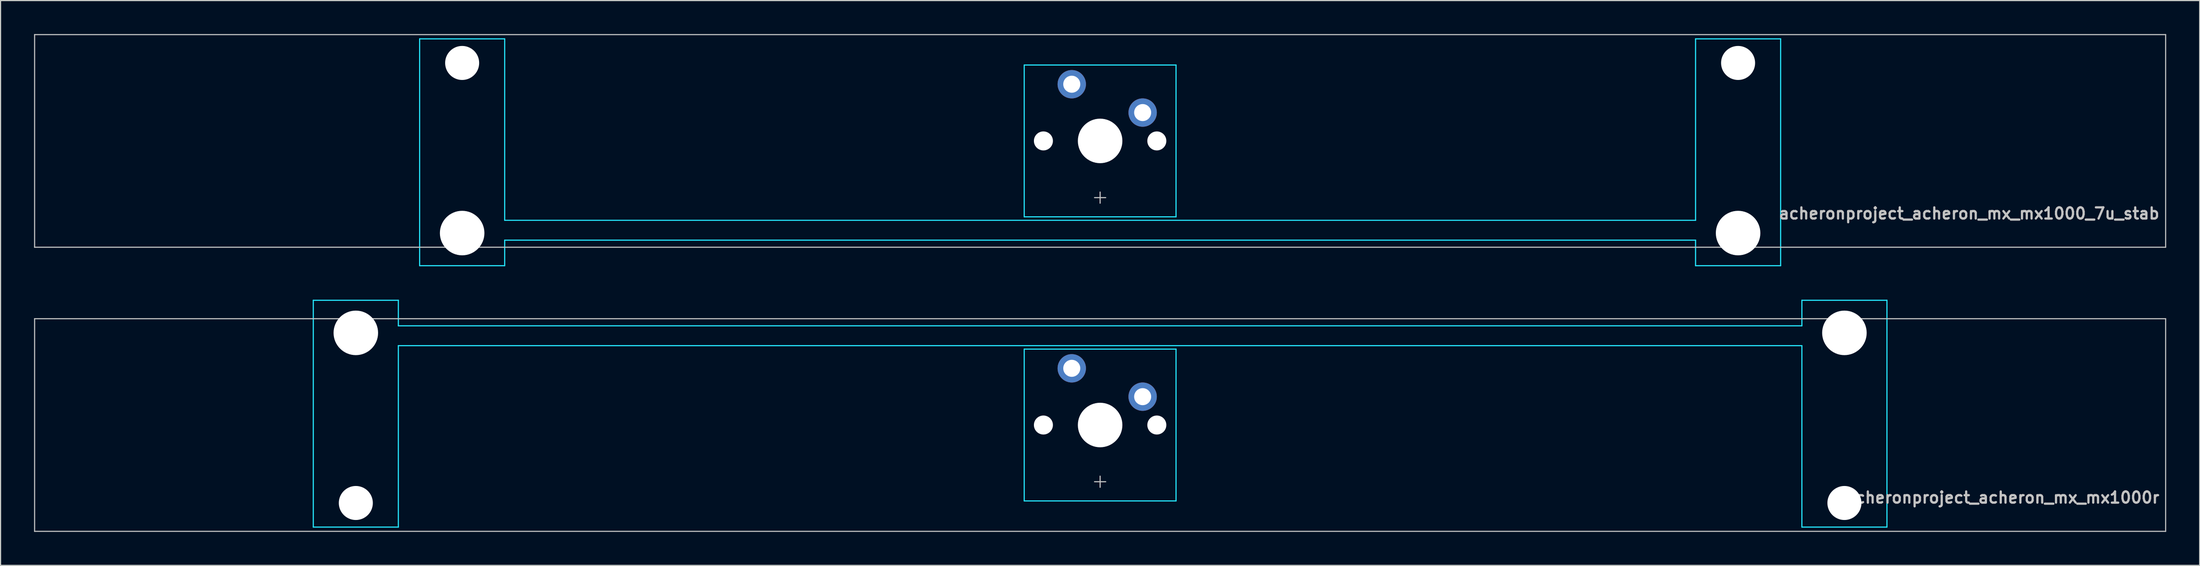
<source format=kicad_pcb>
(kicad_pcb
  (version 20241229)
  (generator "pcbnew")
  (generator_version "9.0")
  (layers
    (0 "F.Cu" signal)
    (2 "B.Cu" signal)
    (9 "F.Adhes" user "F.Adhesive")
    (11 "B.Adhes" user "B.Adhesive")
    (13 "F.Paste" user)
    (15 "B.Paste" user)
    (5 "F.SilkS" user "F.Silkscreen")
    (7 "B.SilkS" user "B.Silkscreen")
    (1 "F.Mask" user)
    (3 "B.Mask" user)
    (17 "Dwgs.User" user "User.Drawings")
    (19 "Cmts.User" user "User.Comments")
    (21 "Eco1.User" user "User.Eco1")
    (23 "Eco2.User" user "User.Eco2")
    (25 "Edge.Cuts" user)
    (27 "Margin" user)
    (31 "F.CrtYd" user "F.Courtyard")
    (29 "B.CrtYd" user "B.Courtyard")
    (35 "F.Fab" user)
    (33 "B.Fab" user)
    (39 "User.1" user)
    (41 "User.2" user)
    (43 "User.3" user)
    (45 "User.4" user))
  (footprint "acheronproject_acheron_mx_mx1000_7u_stab"
    (layer "F.Cu")
    (at 95.5 9.575)
    (property "Reference" "acheronproject_acheron_mx_mx1000_7u_stab" (at 95 6.5 0) (unlocked yes) (layer "Dwgs.User") (effects (font (size 1 1) (thickness 0.2)) (justify right)))
    (attr smd)
    (fp_line (start -95.45 -9.525) (end -95.45 9.525) (stroke (width 0.1) (type solid)) (layer "Dwgs.User"))
    (fp_line (start -95.45 -9.525) (end 95.45 -9.525) (stroke (width 0.1) (type solid)) (layer "Dwgs.User"))
    (fp_line (start -95.45 9.525) (end 95.45 9.525) (stroke (width 0.1) (type solid)) (layer "Dwgs.User"))
    (fp_line (start -0.5 5.08) (end 0.5 5.08) (stroke (width 0.1) (type solid)) (layer "Dwgs.User"))
    (fp_line (start 0 5.58) (end 0 4.58) (stroke (width 0.1) (type solid)) (layer "Dwgs.User"))
    (fp_line (start 95.45 -9.525) (end 95.45 9.525) (stroke (width 0.1) (type solid)) (layer "Dwgs.User"))
    (fp_line (start -60.65 -5.485) (end -60.65 8.515) (stroke (width 0.1) (type solid)) (layer "Eco1.User"))
    (fp_line (start -60.15 -5.985) (end -54.15 -5.985) (stroke (width 0.1) (type solid)) (layer "Eco1.User"))
    (fp_line (start -54.15 9.015) (end -60.15 9.015) (stroke (width 0.1) (type solid)) (layer "Eco1.User"))
    (fp_line (start -53.65 8.515) (end -53.65 -5.485) (stroke (width 0.1) (type solid)) (layer "Eco1.User"))
    (fp_line (start -7 -6.5) (end -7 6.5) (stroke (width 0.1) (type solid)) (layer "Eco1.User"))
    (fp_line (start -6.5 7) (end 6.5 7) (stroke (width 0.1) (type solid)) (layer "Eco1.User"))
    (fp_line (start 6.5 -7) (end -6.5 -7) (stroke (width 0.1) (type solid)) (layer "Eco1.User"))
    (fp_line (start 7 6.5) (end 7 -6.5) (stroke (width 0.1) (type solid)) (layer "Eco1.User"))
    (fp_line (start 53.65 -5.485) (end 53.65 8.515) (stroke (width 0.1) (type solid)) (layer "Eco1.User"))
    (fp_line (start 54.15 -5.985) (end 60.15 -5.985) (stroke (width 0.1) (type solid)) (layer "Eco1.User"))
    (fp_line (start 60.15 9.015) (end 54.15 9.015) (stroke (width 0.1) (type solid)) (layer "Eco1.User"))
    (fp_line (start 60.65 8.515) (end 60.65 -5.485) (stroke (width 0.1) (type solid)) (layer "Eco1.User"))
    (fp_arc (start -60.65 -5.485) (mid -60.503553 -5.838553) (end -60.15 -5.985) (stroke (width 0.1) (type solid)) (layer "Eco1.User"))
    (fp_arc (start -60.15 9.015) (mid -60.503553 8.868553) (end -60.65 8.515) (stroke (width 0.1) (type solid)) (layer "Eco1.User"))
    (fp_arc (start -54.15 -5.985) (mid -53.796447 -5.838553) (end -53.65 -5.485) (stroke (width 0.1) (type solid)) (layer "Eco1.User"))
    (fp_arc (start -53.65 8.515) (mid -53.796447 8.868553) (end -54.15 9.015) (stroke (width 0.1) (type solid)) (layer "Eco1.User"))
    (fp_arc (start -7 -6.5) (mid -6.853553 -6.853553) (end -6.5 -7) (stroke (width 0.1) (type solid)) (layer "Eco1.User"))
    (fp_arc (start -6.5 7) (mid -6.853553 6.853553) (end -7 6.5) (stroke (width 0.1) (type solid)) (layer "Eco1.User"))
    (fp_arc (start 6.5 -7) (mid 6.853553 -6.853553) (end 7 -6.5) (stroke (width 0.1) (type solid)) (layer "Eco1.User"))
    (fp_arc (start 7 6.5) (mid 6.853553 6.853553) (end 6.5 7) (stroke (width 0.1) (type solid)) (layer "Eco1.User"))
    (fp_arc (start 53.65 -5.485) (mid 53.796447 -5.838553) (end 54.15 -5.985) (stroke (width 0.1) (type solid)) (layer "Eco1.User"))
    (fp_arc (start 54.15 9.015) (mid 53.796447 8.868553) (end 53.65 8.515) (stroke (width 0.1) (type solid)) (layer "Eco1.User"))
    (fp_arc (start 60.15 -5.985) (mid 60.503553 -5.838553) (end 60.65 -5.485) (stroke (width 0.1) (type solid)) (layer "Eco1.User"))
    (fp_arc (start 60.65 8.515) (mid 60.503553 8.868553) (end 60.15 9.015) (stroke (width 0.1) (type solid)) (layer "Eco1.User"))
    (fp_line (start -60.96 -9.144) (end -60.96 11.176) (stroke (width 0.1) (type solid)) (layer "B.CrtYd"))
    (fp_line (start -60.96 -9.144) (end -53.34 -9.144) (stroke (width 0.1) (type solid)) (layer "B.CrtYd"))
    (fp_line (start -60.96 11.176) (end -53.34 11.176) (stroke (width 0.1) (type solid)) (layer "B.CrtYd"))
    (fp_line (start -53.34 7.112) (end -53.34 -9.144) (stroke (width 0.1) (type solid)) (layer "B.CrtYd"))
    (fp_line (start -53.34 7.112) (end 53.34 7.112) (stroke (width 0.1) (type solid)) (layer "B.CrtYd"))
    (fp_line (start -53.34 8.89) (end -53.34 11.176) (stroke (width 0.1) (type solid)) (layer "B.CrtYd"))
    (fp_line (start -53.34 8.89) (end 53.34 8.89) (stroke (width 0.1) (type solid)) (layer "B.CrtYd"))
    (fp_line (start -6.8 -6.8) (end -6.8 6.8) (stroke (width 0.1) (type solid)) (layer "B.CrtYd"))
    (fp_line (start -6.8 -6.8) (end 6.8 -6.8) (stroke (width 0.1) (type solid)) (layer "B.CrtYd"))
    (fp_line (start -6.8 6.8) (end 6.8 6.8) (stroke (width 0.1) (type solid)) (layer "B.CrtYd"))
    (fp_line (start 6.8 6.8) (end 6.8 -6.8) (stroke (width 0.1) (type solid)) (layer "B.CrtYd"))
    (fp_line (start 53.34 -9.144) (end 60.96 -9.144) (stroke (width 0.1) (type solid)) (layer "B.CrtYd"))
    (fp_line (start 53.34 7.112) (end 53.34 -9.144) (stroke (width 0.1) (type solid)) (layer "B.CrtYd"))
    (fp_line (start 53.34 8.89) (end 53.34 11.176) (stroke (width 0.1) (type solid)) (layer "B.CrtYd"))
    (fp_line (start 53.34 11.176) (end 60.96 11.176) (stroke (width 0.1) (type solid)) (layer "B.CrtYd"))
    (fp_line (start 60.96 -9.144) (end 60.96 11.176) (stroke (width 0.1) (type solid)) (layer "B.CrtYd"))
    (pad "" np_thru_hole circle (at -57.15 -6.985 180) (size 3.048 3.048) (drill 3.048) (layers "*.Cu" "*.Mask"))
    (pad "" np_thru_hole circle (at -57.15 8.255 180) (size 3.988 3.988) (drill 3.988) (layers "*.Cu" "*.Mask"))
    (pad "" np_thru_hole circle (at -5.08 0) (size 1.702 1.702) (drill 1.702) (layers "*.Cu" "*.Mask"))
    (pad "" np_thru_hole circle (at 0 0) (size 3.988 3.988) (drill 3.988) (layers "*.Cu" "*.Mask"))
    (pad "" np_thru_hole circle (at 5.08 0) (size 1.702 1.702) (drill 1.702) (layers "*.Cu" "*.Mask"))
    (pad "" np_thru_hole circle (at 57.15 -6.985 180) (size 3.048 3.048) (drill 3.048) (layers "*.Cu" "*.Mask"))
    (pad "" np_thru_hole circle (at 57.15 8.255 180) (size 3.988 3.988) (drill 3.988) (layers "*.Cu" "*.Mask"))
    (pad "1" thru_hole circle (at -2.54 -5.08) (size 2.54 2.54) (drill 1.524) (layers "*.Cu" "*.Mask"))
    (pad "2" thru_hole circle (at 3.81 -2.54) (size 2.54 2.54) (drill 1.524) (layers "*.Cu" "*.Mask")))
  (footprint "acheronproject_acheron_mx_mx1000r"
    (layer "F.Cu")
    (at 95.5 35.027)
    (property "Reference" "acheronproject_acheron_mx_mx1000r" (at 95 6.5 0) (unlocked yes) (layer "Dwgs.User") (effects (font (size 1 1) (thickness 0.2)) (justify right)))
    (attr smd)
    (fp_line (start -95.45 -9.525) (end -95.45 9.525) (stroke (width 0.1) (type solid)) (layer "Dwgs.User"))
    (fp_line (start -95.45 -9.525) (end 95.45 -9.525) (stroke (width 0.1) (type solid)) (layer "Dwgs.User"))
    (fp_line (start -95.45 9.525) (end 95.45 9.525) (stroke (width 0.1) (type solid)) (layer "Dwgs.User"))
    (fp_line (start -0.5 5.08) (end 0.5 5.08) (stroke (width 0.1) (type solid)) (layer "Dwgs.User"))
    (fp_line (start 0 5.58) (end 0 4.58) (stroke (width 0.1) (type solid)) (layer "Dwgs.User"))
    (fp_line (start 95.45 -9.525) (end 95.45 9.525) (stroke (width 0.1) (type solid)) (layer "Dwgs.User"))
    (fp_line (start -70.175 -8.515) (end -70.175 5.485) (stroke (width 0.1) (type solid)) (layer "Eco1.User"))
    (fp_line (start -69.675 -9.015) (end -63.675 -9.015) (stroke (width 0.1) (type solid)) (layer "Eco1.User"))
    (fp_line (start -63.675 5.985) (end -69.675 5.985) (stroke (width 0.1) (type solid)) (layer "Eco1.User"))
    (fp_line (start -63.175 5.485) (end -63.175 -8.515) (stroke (width 0.1) (type solid)) (layer "Eco1.User"))
    (fp_line (start -7 -6.5) (end -7 6.5) (stroke (width 0.1) (type solid)) (layer "Eco1.User"))
    (fp_line (start -6.5 7) (end 6.5 7) (stroke (width 0.1) (type solid)) (layer "Eco1.User"))
    (fp_line (start 6.5 -7) (end -6.5 -7) (stroke (width 0.1) (type solid)) (layer "Eco1.User"))
    (fp_line (start 7 6.5) (end 7 -6.5) (stroke (width 0.1) (type solid)) (layer "Eco1.User"))
    (fp_line (start 63.175 -8.515) (end 63.175 5.485) (stroke (width 0.1) (type solid)) (layer "Eco1.User"))
    (fp_line (start 63.675 -9.015) (end 69.675 -9.015) (stroke (width 0.1) (type solid)) (layer "Eco1.User"))
    (fp_line (start 69.675 5.985) (end 63.675 5.985) (stroke (width 0.1) (type solid)) (layer "Eco1.User"))
    (fp_line (start 70.175 5.485) (end 70.175 -8.515) (stroke (width 0.1) (type solid)) (layer "Eco1.User"))
    (fp_arc (start -70.175 -8.515) (mid -70.028553 -8.868553) (end -69.675 -9.015) (stroke (width 0.1) (type solid)) (layer "Eco1.User"))
    (fp_arc (start -69.675 5.985) (mid -70.028553 5.838553) (end -70.175 5.485) (stroke (width 0.1) (type solid)) (layer "Eco1.User"))
    (fp_arc (start -63.675 -9.015) (mid -63.321447 -8.868553) (end -63.175 -8.515) (stroke (width 0.1) (type solid)) (layer "Eco1.User"))
    (fp_arc (start -63.175 5.485) (mid -63.321447 5.838553) (end -63.675 5.985) (stroke (width 0.1) (type solid)) (layer "Eco1.User"))
    (fp_arc (start -7 -6.5) (mid -6.853553 -6.853553) (end -6.5 -7) (stroke (width 0.1) (type solid)) (layer "Eco1.User"))
    (fp_arc (start -6.5 7) (mid -6.853553 6.853553) (end -7 6.5) (stroke (width 0.1) (type solid)) (layer "Eco1.User"))
    (fp_arc (start 6.5 -7) (mid 6.853553 -6.853553) (end 7 -6.5) (stroke (width 0.1) (type solid)) (layer "Eco1.User"))
    (fp_arc (start 7 6.5) (mid 6.853553 6.853553) (end 6.5 7) (stroke (width 0.1) (type solid)) (layer "Eco1.User"))
    (fp_arc (start 63.175 -8.515) (mid 63.321447 -8.868553) (end 63.675 -9.015) (stroke (width 0.1) (type solid)) (layer "Eco1.User"))
    (fp_arc (start 63.675 5.985) (mid 63.321447 5.838553) (end 63.175 5.485) (stroke (width 0.1) (type solid)) (layer "Eco1.User"))
    (fp_arc (start 69.675 -9.015) (mid 70.028553 -8.868553) (end 70.175 -8.515) (stroke (width 0.1) (type solid)) (layer "Eco1.User"))
    (fp_arc (start 70.175 5.485) (mid 70.028553 5.838553) (end 69.675 5.985) (stroke (width 0.1) (type solid)) (layer "Eco1.User"))
    (fp_line (start -70.485 9.144) (end -70.485 -11.176) (stroke (width 0.1) (type solid)) (layer "B.CrtYd"))
    (fp_line (start -62.865 -11.176) (end -70.485 -11.176) (stroke (width 0.1) (type solid)) (layer "B.CrtYd"))
    (fp_line (start -62.865 -8.89) (end -62.865 -11.176) (stroke (width 0.1) (type solid)) (layer "B.CrtYd"))
    (fp_line (start -62.865 -7.112) (end -62.865 9.144) (stroke (width 0.1) (type solid)) (layer "B.CrtYd"))
    (fp_line (start -62.865 9.144) (end -70.485 9.144) (stroke (width 0.1) (type solid)) (layer "B.CrtYd"))
    (fp_line (start -6.8 -6.8) (end -6.8 6.8) (stroke (width 0.1) (type solid)) (layer "B.CrtYd"))
    (fp_line (start -6.8 -6.8) (end 6.8 -6.8) (stroke (width 0.1) (type solid)) (layer "B.CrtYd"))
    (fp_line (start -6.8 6.8) (end 6.8 6.8) (stroke (width 0.1) (type solid)) (layer "B.CrtYd"))
    (fp_line (start 6.8 6.8) (end 6.8 -6.8) (stroke (width 0.1) (type solid)) (layer "B.CrtYd"))
    (fp_line (start 62.865 -8.89) (end -62.865 -8.89) (stroke (width 0.1) (type solid)) (layer "B.CrtYd"))
    (fp_line (start 62.865 -8.89) (end 62.865 -11.176) (stroke (width 0.1) (type solid)) (layer "B.CrtYd"))
    (fp_line (start 62.865 -7.112) (end -62.865 -7.112) (stroke (width 0.1) (type solid)) (layer "B.CrtYd"))
    (fp_line (start 62.865 -7.112) (end 62.865 9.144) (stroke (width 0.1) (type solid)) (layer "B.CrtYd"))
    (fp_line (start 70.485 -11.176) (end 62.865 -11.176) (stroke (width 0.1) (type solid)) (layer "B.CrtYd"))
    (fp_line (start 70.485 9.144) (end 62.865 9.144) (stroke (width 0.1) (type solid)) (layer "B.CrtYd"))
    (fp_line (start 70.485 9.144) (end 70.485 -11.176) (stroke (width 0.1) (type solid)) (layer "B.CrtYd"))
    (pad "" np_thru_hole circle (at -66.675 -8.255) (size 3.988 3.988) (drill 3.988) (layers "*.Cu" "*.Mask"))
    (pad "" np_thru_hole circle (at -66.675 6.985) (size 3.048 3.048) (drill 3.048) (layers "*.Cu" "*.Mask"))
    (pad "" np_thru_hole circle (at -5.08 0) (size 1.702 1.702) (drill 1.702) (layers "*.Cu" "*.Mask"))
    (pad "" np_thru_hole circle (at 0 0 180) (size 3.988 3.988) (drill 3.988) (layers "*.Cu" "*.Mask"))
    (pad "" np_thru_hole circle (at 5.08 0) (size 1.702 1.702) (drill 1.702) (layers "*.Cu" "*.Mask"))
    (pad "" np_thru_hole circle (at 66.675 -8.255) (size 3.988 3.988) (drill 3.988) (layers "*.Cu" "*.Mask"))
    (pad "" np_thru_hole circle (at 66.675 6.985) (size 3.048 3.048) (drill 3.048) (layers "*.Cu" "*.Mask"))
    (pad "1" thru_hole circle (at -2.54 -5.08) (size 2.54 2.54) (drill 1.524) (layers "*.Cu" "*.Mask"))
    (pad "2" thru_hole circle (at 3.81 -2.54) (size 2.54 2.54) (drill 1.524) (layers "*.Cu" "*.Mask")))
  (gr_rect
    (start -3 -3)
    (end 194 47.602)
    (stroke (width 0.1) (type default))
    (fill no)
    (layer "Edge.Cuts")))
</source>
